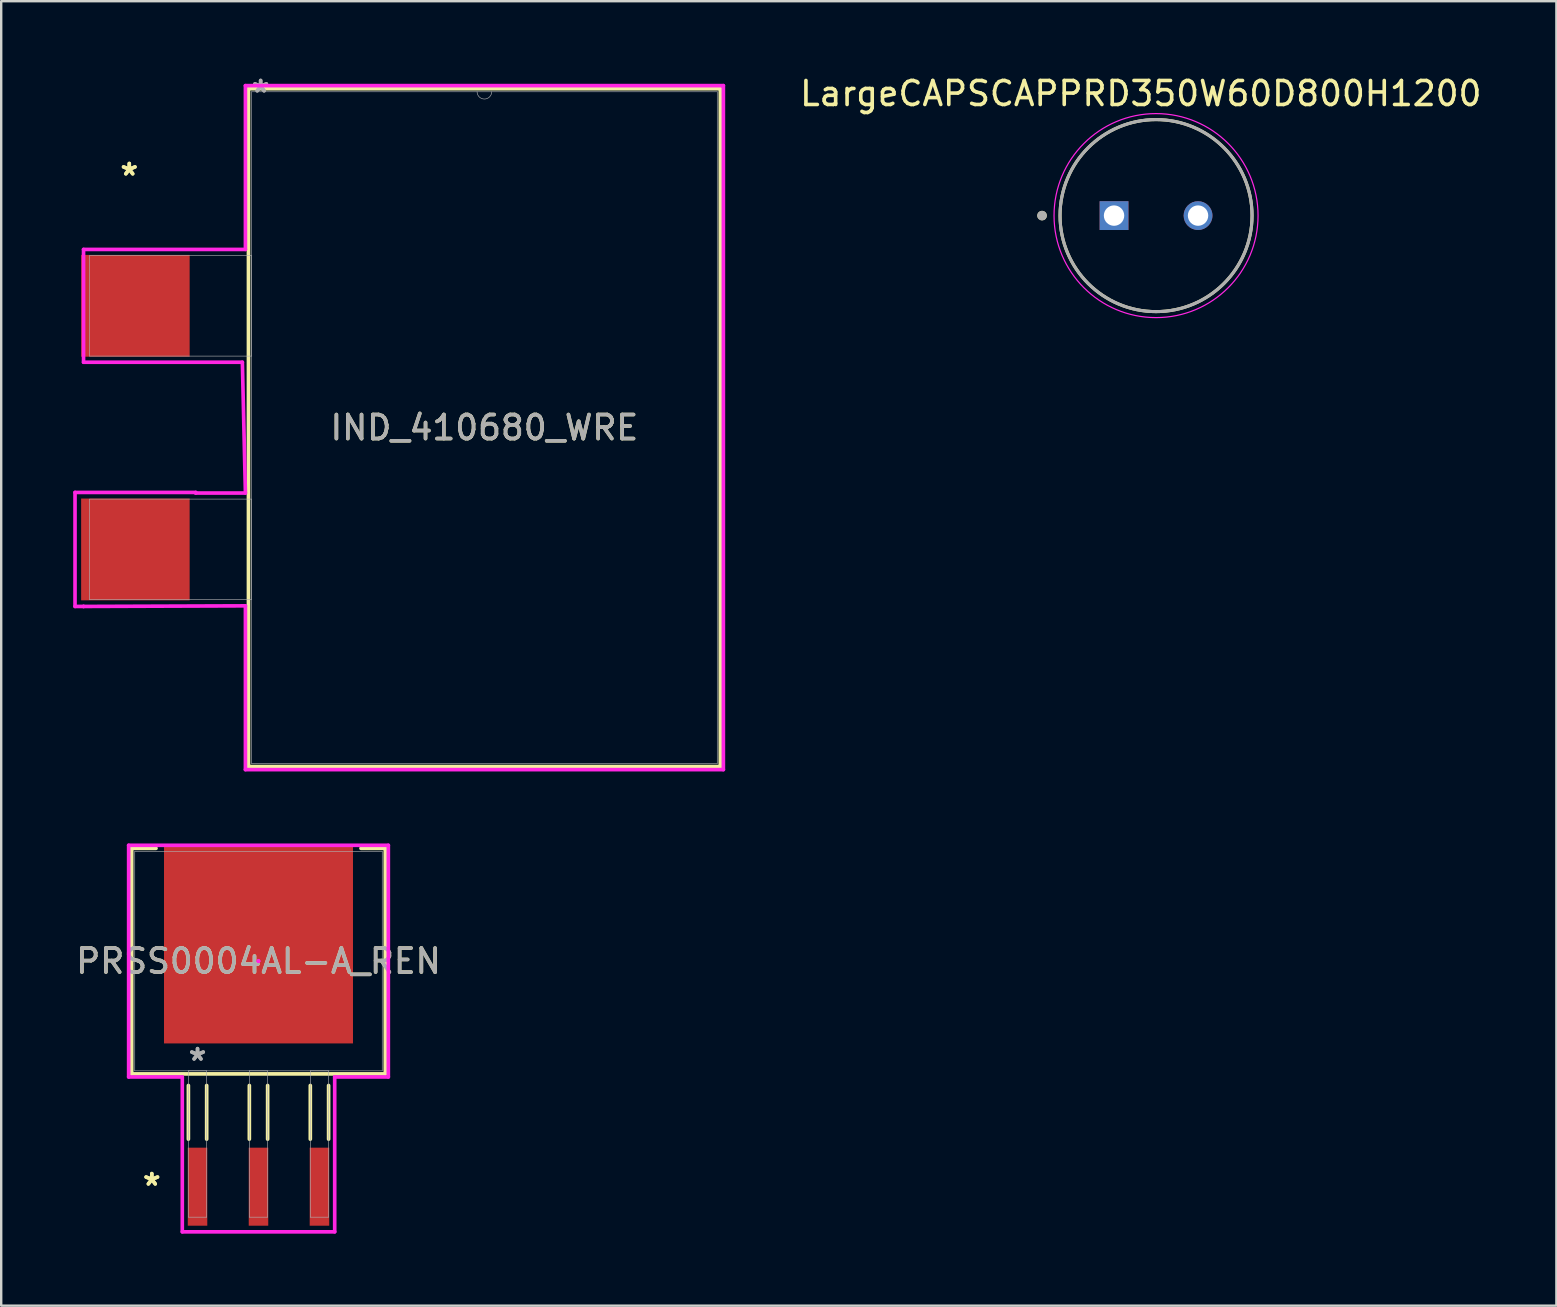
<source format=kicad_pcb>
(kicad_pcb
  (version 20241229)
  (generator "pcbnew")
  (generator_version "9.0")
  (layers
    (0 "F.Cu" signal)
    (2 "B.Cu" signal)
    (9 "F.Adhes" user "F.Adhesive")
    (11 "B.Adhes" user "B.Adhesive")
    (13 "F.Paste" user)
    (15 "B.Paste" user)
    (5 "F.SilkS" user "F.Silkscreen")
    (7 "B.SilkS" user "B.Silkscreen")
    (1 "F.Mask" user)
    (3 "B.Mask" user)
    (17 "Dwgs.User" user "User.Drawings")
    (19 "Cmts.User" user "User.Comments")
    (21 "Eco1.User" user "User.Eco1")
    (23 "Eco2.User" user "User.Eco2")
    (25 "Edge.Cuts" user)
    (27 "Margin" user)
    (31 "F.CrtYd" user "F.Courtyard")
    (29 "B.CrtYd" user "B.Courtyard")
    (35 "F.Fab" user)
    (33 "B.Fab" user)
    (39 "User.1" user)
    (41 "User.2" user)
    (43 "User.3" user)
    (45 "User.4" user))
  (footprint "IND_410680_WRE"
    (layer "F.Cu")
    (at 17.132 14.767)
    (property "Reference" "IND_410680_WRE" (at 0 0 0) (unlocked yes) (layer "F.SilkS") (effects (font (size 1 1) (thickness 0.15))))
    (attr smd)
    (fp_line (start -9.83 -14.122) (end -9.83 14.122) (stroke (width 0.152) (type solid)) (layer "F.SilkS"))
    (fp_line (start -9.83 14.122) (end 9.83 14.122) (stroke (width 0.152) (type solid)) (layer "F.SilkS"))
    (fp_line (start 9.83 -14.122) (end -9.83 -14.122) (stroke (width 0.152) (type solid)) (layer "F.SilkS"))
    (fp_line (start 9.83 14.122) (end 9.83 -14.122) (stroke (width 0.152) (type solid)) (layer "F.SilkS"))
    (fp_line (start -17.056 2.7) (end -17.056 7.45) (stroke (width 0.152) (type solid)) (layer "F.CrtYd"))
    (fp_line (start -17.056 7.45) (end -16.701 7.45) (stroke (width 0.152) (type solid)) (layer "F.CrtYd"))
    (fp_line (start -16.701 -7.424) (end -16.701 -2.725) (stroke (width 0.152) (type solid)) (layer "F.CrtYd"))
    (fp_line (start -16.701 -2.725) (end -10.084 -2.725) (stroke (width 0.152) (type solid)) (layer "F.CrtYd"))
    (fp_line (start -16.701 7.45) (end -16.701 7.45) (stroke (width 0.152) (type solid)) (layer "F.CrtYd"))
    (fp_line (start -16.701 7.45) (end -9.957 7.425) (stroke (width 0.152) (type solid)) (layer "F.CrtYd"))
    (fp_line (start -12.027 2.7) (end -17.056 2.7) (stroke (width 0.152) (type solid)) (layer "F.CrtYd"))
    (fp_line (start -12.027 2.725) (end -12.027 2.7) (stroke (width 0.152) (type solid)) (layer "F.CrtYd"))
    (fp_line (start -10.084 -2.725) (end -9.957 2.725) (stroke (width 0.152) (type solid)) (layer "F.CrtYd"))
    (fp_line (start -9.957 -14.249) (end -9.957 -7.425) (stroke (width 0.152) (type solid)) (layer "F.CrtYd"))
    (fp_line (start -9.957 -7.425) (end -16.701 -7.424) (stroke (width 0.152) (type solid)) (layer "F.CrtYd"))
    (fp_line (start -9.957 2.725) (end -12.027 2.725) (stroke (width 0.152) (type solid)) (layer "F.CrtYd"))
    (fp_line (start -9.957 7.425) (end -9.957 14.249) (stroke (width 0.152) (type solid)) (layer "F.CrtYd"))
    (fp_line (start -9.957 14.249) (end 9.957 14.249) (stroke (width 0.152) (type solid)) (layer "F.CrtYd"))
    (fp_line (start 9.957 -14.249) (end -9.957 -14.249) (stroke (width 0.152) (type solid)) (layer "F.CrtYd"))
    (fp_line (start 9.957 14.249) (end 9.957 -14.249) (stroke (width 0.152) (type solid)) (layer "F.CrtYd"))
    (fp_line (start -16.447 -7.17) (end -16.447 -2.979) (stroke (width 0.025) (type solid)) (layer "F.Fab"))
    (fp_line (start -16.447 -2.979) (end -9.703 -2.979) (stroke (width 0.025) (type solid)) (layer "F.Fab"))
    (fp_line (start -16.447 2.979) (end -16.447 7.17) (stroke (width 0.025) (type solid)) (layer "F.Fab"))
    (fp_line (start -16.447 7.17) (end -9.703 7.17) (stroke (width 0.025) (type solid)) (layer "F.Fab"))
    (fp_line (start -9.703 -13.995) (end -9.703 13.995) (stroke (width 0.025) (type solid)) (layer "F.Fab"))
    (fp_line (start -9.703 -7.17) (end -16.447 -7.17) (stroke (width 0.025) (type solid)) (layer "F.Fab"))
    (fp_line (start -9.703 -2.979) (end -9.703 -7.17) (stroke (width 0.025) (type solid)) (layer "F.Fab"))
    (fp_line (start -9.703 2.979) (end -16.447 2.979) (stroke (width 0.025) (type solid)) (layer "F.Fab"))
    (fp_line (start -9.703 7.17) (end -9.703 2.979) (stroke (width 0.025) (type solid)) (layer "F.Fab"))
    (fp_line (start -9.703 13.995) (end 9.703 13.995) (stroke (width 0.025) (type solid)) (layer "F.Fab"))
    (fp_line (start 9.703 -13.995) (end -9.703 -13.995) (stroke (width 0.025) (type solid)) (layer "F.Fab"))
    (fp_line (start 9.703 13.995) (end 9.703 -13.995) (stroke (width 0.025) (type solid)) (layer "F.Fab"))
    (fp_arc (start 0.3048 -13.9954) (mid 0 -13.6906) (end -0.3048 -13.9954) (stroke (width 0.0254) (type solid)) (layer "F.Fab"))
    (fp_text user "*" (at -14.796 -10.46 0) (layer "F.SilkS") (effects (font (size 1 1) (thickness 0.15))))
    (fp_text user "*" (at -14.796 -10.46 0) (unlocked yes) (layer "F.SilkS") (effects (font (size 1 1) (thickness 0.15))))
    (fp_text user "*" (at -9.322 -13.919 0) (layer "F.Fab") (effects (font (size 1 1) (thickness 0.15))))
    (fp_text user "${REFERENCE}" (at 0 0 0) (unlocked yes) (layer "F.Fab") (effects (font (size 1 1) (thickness 0.15))))
    (fp_text user "*" (at -9.322 -13.919 0) (unlocked yes) (layer "F.Fab") (effects (font (size 1 1) (thickness 0.15))))
    (pad "1" smd rect (at -14.541 -5.075) (size 4.521 4.242) (layers "F.Cu" "F.Mask" "F.Paste"))
    (pad "2" smd rect (at -14.541 5.075) (size 4.521 4.242) (layers "F.Cu" "F.Mask" "F.Paste")))
  (footprint "LargeCAPSCAPPRD350W60D800H1200"
    (layer "F.Cu")
    (at 45.116 5.933)
    (property "Reference" "LargeCAPSCAPPRD350W60D800H1200" (at -0.635 -5.085 0) (layer "F.SilkS") (effects (font (size 1 1) (thickness 0.15))))
    (attr through_hole)
    (fp_circle (center -4.75 0) (end -4.65 0) (stroke (width 0.2) (type solid)) (fill no) (layer "F.SilkS"))
    (fp_circle (center 0 0) (end 4 0) (stroke (width 0.127) (type solid)) (fill no) (layer "F.SilkS"))
    (fp_circle (center 0 0) (end 4.25 0) (stroke (width 0.05) (type solid)) (fill no) (layer "F.CrtYd"))
    (fp_circle (center -4.75 0) (end -4.65 0) (stroke (width 0.2) (type solid)) (fill no) (layer "F.Fab"))
    (fp_circle (center 0 0) (end 4 0) (stroke (width 0.127) (type solid)) (fill no) (layer "F.Fab"))
    (pad "1" thru_hole rect (at -1.75 0) (size 1.2 1.2) (drill 0.85) (layers "*.Cu" "*.Mask"))
    (pad "2" thru_hole circle (at 1.75 0) (size 1.2 1.2) (drill 0.85) (layers "*.Cu" "*.Mask")))
  (footprint "PRSS0004AL-A_REN"
    (layer "F.Cu")
    (at 7.72 36.995)
    (property "Reference" "PRSS0004AL-A_REN" (at 0 0 0) (unlocked yes) (layer "F.SilkS") (effects (font (size 1 1) (thickness 0.15))))
    (attr smd)
    (fp_line (start -5.283 -4.699) (end -5.283 4.699) (stroke (width 0.152) (type solid)) (layer "F.SilkS"))
    (fp_line (start -5.283 4.699) (end 5.283 4.699) (stroke (width 0.152) (type solid)) (layer "F.SilkS"))
    (fp_line (start -4.27 -4.699) (end -5.283 -4.699) (stroke (width 0.152) (type solid)) (layer "F.SilkS"))
    (fp_line (start -2.921 5.182) (end -2.921 7.417) (stroke (width 0.152) (type solid)) (layer "F.SilkS"))
    (fp_line (start -2.159 5.182) (end -2.159 7.417) (stroke (width 0.152) (type solid)) (layer "F.SilkS"))
    (fp_line (start -0.381 5.182) (end -0.381 7.417) (stroke (width 0.152) (type solid)) (layer "F.SilkS"))
    (fp_line (start 0.381 5.182) (end 0.381 7.417) (stroke (width 0.152) (type solid)) (layer "F.SilkS"))
    (fp_line (start 2.159 5.182) (end 2.159 7.417) (stroke (width 0.152) (type solid)) (layer "F.SilkS"))
    (fp_line (start 2.921 5.182) (end 2.921 7.417) (stroke (width 0.152) (type solid)) (layer "F.SilkS"))
    (fp_line (start 5.283 -4.699) (end 4.27 -4.699) (stroke (width 0.152) (type solid)) (layer "F.SilkS"))
    (fp_line (start 5.283 4.699) (end 5.283 -4.699) (stroke (width 0.152) (type solid)) (layer "F.SilkS"))
    (fp_line (start -5.41 -4.826) (end 5.41 -4.826) (stroke (width 0.152) (type solid)) (layer "F.CrtYd"))
    (fp_line (start -5.41 4.826) (end -5.41 -4.826) (stroke (width 0.152) (type solid)) (layer "F.CrtYd"))
    (fp_line (start -5.41 4.826) (end -3.175 4.826) (stroke (width 0.152) (type solid)) (layer "F.CrtYd"))
    (fp_line (start -3.175 4.826) (end -3.175 11.278) (stroke (width 0.152) (type solid)) (layer "F.CrtYd"))
    (fp_line (start -3.175 11.278) (end 3.175 11.278) (stroke (width 0.152) (type solid)) (layer "F.CrtYd"))
    (fp_line (start 0 0) (end 0 0) (stroke (width 0.152) (type solid)) (layer "F.CrtYd"))
    (fp_line (start 0 0) (end 0 0) (stroke (width 0.152) (type solid)) (layer "F.CrtYd"))
    (fp_line (start 0 0) (end 0 0) (stroke (width 0.152) (type solid)) (layer "F.CrtYd"))
    (fp_line (start 0 0) (end 0 0) (stroke (width 0.152) (type solid)) (layer "F.CrtYd"))
    (fp_line (start 3.175 4.826) (end 3.175 11.278) (stroke (width 0.152) (type solid)) (layer "F.CrtYd"))
    (fp_line (start 5.41 -4.826) (end 5.41 4.826) (stroke (width 0.152) (type solid)) (layer "F.CrtYd"))
    (fp_line (start 5.41 4.826) (end 3.175 4.826) (stroke (width 0.152) (type solid)) (layer "F.CrtYd"))
    (fp_line (start -5.156 -4.572) (end -5.156 4.572) (stroke (width 0.025) (type solid)) (layer "F.Fab"))
    (fp_line (start -5.156 4.572) (end 5.156 4.572) (stroke (width 0.025) (type solid)) (layer "F.Fab"))
    (fp_line (start -2.921 4.572) (end -2.921 10.668) (stroke (width 0.025) (type solid)) (layer "F.Fab"))
    (fp_line (start -2.921 10.668) (end -2.159 10.668) (stroke (width 0.025) (type solid)) (layer "F.Fab"))
    (fp_line (start -2.159 4.572) (end -2.921 4.572) (stroke (width 0.025) (type solid)) (layer "F.Fab"))
    (fp_line (start -2.159 10.668) (end -2.159 4.572) (stroke (width 0.025) (type solid)) (layer "F.Fab"))
    (fp_line (start -0.381 4.572) (end -0.381 10.668) (stroke (width 0.025) (type solid)) (layer "F.Fab"))
    (fp_line (start -0.381 10.668) (end 0.381 10.668) (stroke (width 0.025) (type solid)) (layer "F.Fab"))
    (fp_line (start 0.381 4.572) (end -0.381 4.572) (stroke (width 0.025) (type solid)) (layer "F.Fab"))
    (fp_line (start 0.381 10.668) (end 0.381 4.572) (stroke (width 0.025) (type solid)) (layer "F.Fab"))
    (fp_line (start 2.159 4.572) (end 2.159 10.668) (stroke (width 0.025) (type solid)) (layer "F.Fab"))
    (fp_line (start 2.159 10.668) (end 2.921 10.668) (stroke (width 0.025) (type solid)) (layer "F.Fab"))
    (fp_line (start 2.921 4.572) (end 2.159 4.572) (stroke (width 0.025) (type solid)) (layer "F.Fab"))
    (fp_line (start 2.921 10.668) (end 2.921 4.572) (stroke (width 0.025) (type solid)) (layer "F.Fab"))
    (fp_line (start 5.156 -4.572) (end -5.156 -4.572) (stroke (width 0.025) (type solid)) (layer "F.Fab"))
    (fp_line (start 5.156 4.572) (end 5.156 -4.572) (stroke (width 0.025) (type solid)) (layer "F.Fab"))
    (fp_text user "*" (at -4.445 9.398 0) (layer "F.SilkS") (effects (font (size 1 1) (thickness 0.15))))
    (fp_text user "*" (at -4.445 9.398 0) (unlocked yes) (layer "F.SilkS") (effects (font (size 1 1) (thickness 0.15))))
    (fp_text user "${REFERENCE}" (at 0 0 0) (unlocked yes) (layer "F.Fab") (effects (font (size 1 1) (thickness 0.15))))
    (fp_text user "*" (at -2.54 4.191 0) (unlocked yes) (layer "F.Fab") (effects (font (size 1 1) (thickness 0.15))))
    (fp_text user "*" (at -2.54 4.191 0) (layer "F.Fab") (effects (font (size 1 1) (thickness 0.15))))
    (pad "1" smd rect (at -2.54 9.398) (size 0.813 3.251) (layers "F.Cu" "F.Mask" "F.Paste"))
    (pad "2" smd rect (at 0 9.398) (size 0.813 3.251) (layers "F.Cu" "F.Mask" "F.Paste"))
    (pad "3" smd rect (at 2.54 9.398) (size 0.813 3.251) (layers "F.Cu" "F.Mask" "F.Paste"))
    (pad "4" smd rect (at 0 -0.724) (size 7.874 8.306) (layers "F.Cu" "F.Mask" "F.Paste")))
  (gr_rect
    (start -3 -3)
    (end 61.796 51.349)
    (stroke (width 0.1) (type default))
    (fill no)
    (layer "Edge.Cuts")))
</source>
